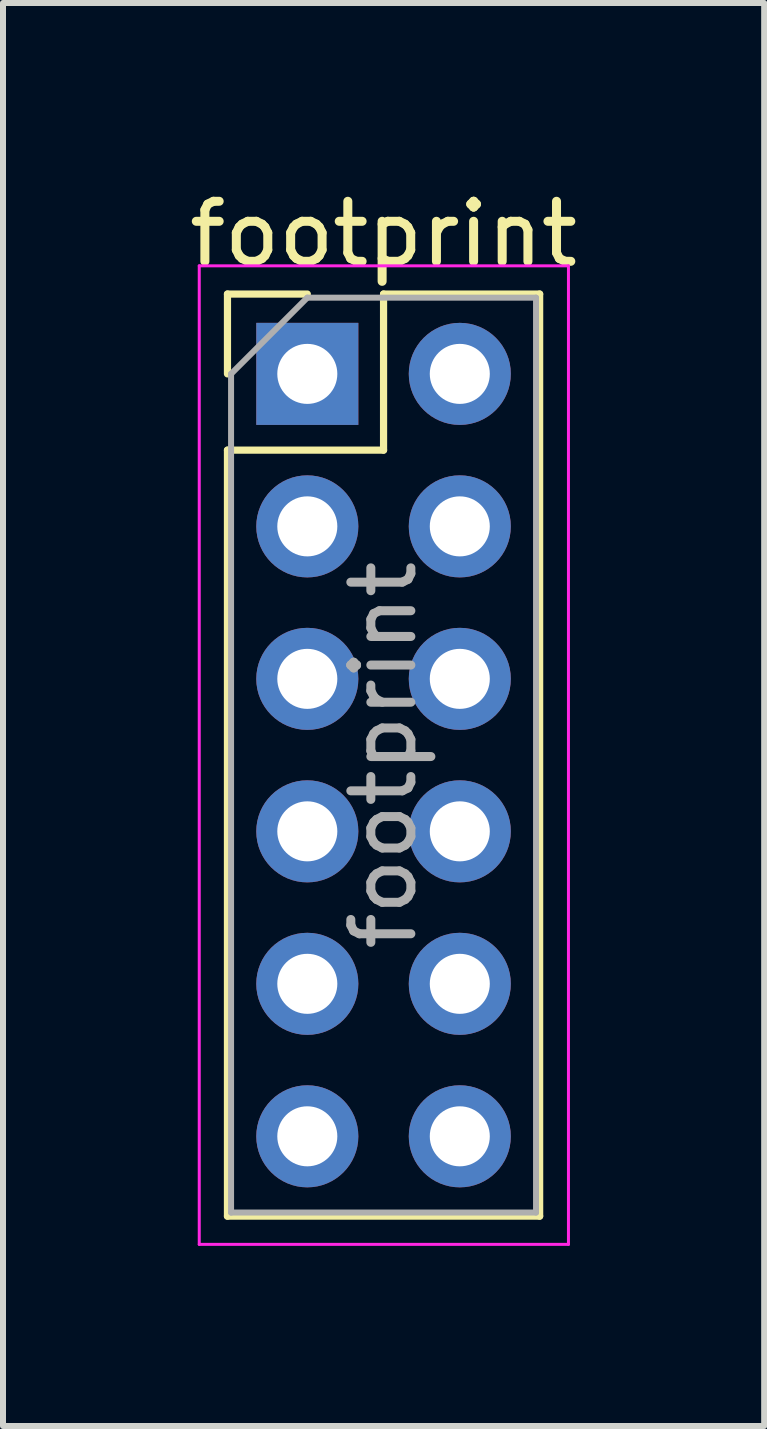
<source format=kicad_pcb>
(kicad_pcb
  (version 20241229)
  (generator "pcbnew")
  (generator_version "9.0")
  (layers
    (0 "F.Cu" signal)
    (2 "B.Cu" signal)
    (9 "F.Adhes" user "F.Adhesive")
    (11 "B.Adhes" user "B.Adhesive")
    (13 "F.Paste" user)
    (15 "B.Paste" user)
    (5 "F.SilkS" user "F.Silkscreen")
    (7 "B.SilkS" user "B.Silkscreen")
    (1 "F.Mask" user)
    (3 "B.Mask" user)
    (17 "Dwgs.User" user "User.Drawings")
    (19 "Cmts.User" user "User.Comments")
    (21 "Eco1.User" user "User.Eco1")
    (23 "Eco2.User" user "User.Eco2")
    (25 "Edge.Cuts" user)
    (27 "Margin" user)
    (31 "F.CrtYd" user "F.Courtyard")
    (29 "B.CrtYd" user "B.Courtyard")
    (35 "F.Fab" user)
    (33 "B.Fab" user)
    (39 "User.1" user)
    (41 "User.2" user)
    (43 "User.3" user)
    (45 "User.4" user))
  (footprint "footprint"
    (layer "F.Cu")
    (at 2.069 3.178)
    (property "Reference" "footprint" (at 1.27 -2.33 0) (layer "F.SilkS") (effects (font (size 1 1) (thickness 0.15))))
    (attr through_hole)
    (fp_line (start -1.33 -1.33) (end 0 -1.33) (stroke (width 0.12) (type solid)) (layer "F.SilkS"))
    (fp_line (start -1.33 0) (end -1.33 -1.33) (stroke (width 0.12) (type solid)) (layer "F.SilkS"))
    (fp_line (start -1.33 1.27) (end -1.33 14.03) (stroke (width 0.12) (type solid)) (layer "F.SilkS"))
    (fp_line (start -1.33 1.27) (end 1.27 1.27) (stroke (width 0.12) (type solid)) (layer "F.SilkS"))
    (fp_line (start -1.33 14.03) (end 3.87 14.03) (stroke (width 0.12) (type solid)) (layer "F.SilkS"))
    (fp_line (start 1.27 -1.33) (end 3.87 -1.33) (stroke (width 0.12) (type solid)) (layer "F.SilkS"))
    (fp_line (start 1.27 1.27) (end 1.27 -1.33) (stroke (width 0.12) (type solid)) (layer "F.SilkS"))
    (fp_line (start 3.87 -1.33) (end 3.87 14.03) (stroke (width 0.12) (type solid)) (layer "F.SilkS"))
    (fp_line (start -1.8 -1.8) (end -1.8 14.5) (stroke (width 0.05) (type solid)) (layer "F.CrtYd"))
    (fp_line (start -1.8 14.5) (end 4.35 14.5) (stroke (width 0.05) (type solid)) (layer "F.CrtYd"))
    (fp_line (start 4.35 -1.8) (end -1.8 -1.8) (stroke (width 0.05) (type solid)) (layer "F.CrtYd"))
    (fp_line (start 4.35 14.5) (end 4.35 -1.8) (stroke (width 0.05) (type solid)) (layer "F.CrtYd"))
    (fp_line (start -1.27 0) (end 0 -1.27) (stroke (width 0.1) (type solid)) (layer "F.Fab"))
    (fp_line (start -1.27 13.97) (end -1.27 0) (stroke (width 0.1) (type solid)) (layer "F.Fab"))
    (fp_line (start 0 -1.27) (end 3.81 -1.27) (stroke (width 0.1) (type solid)) (layer "F.Fab"))
    (fp_line (start 3.81 -1.27) (end 3.81 13.97) (stroke (width 0.1) (type solid)) (layer "F.Fab"))
    (fp_line (start 3.81 13.97) (end -1.27 13.97) (stroke (width 0.1) (type solid)) (layer "F.Fab"))
    (fp_text user "${REFERENCE}" (at 1.27 6.35 90) (layer "F.Fab") (effects (font (size 1 1) (thickness 0.15))))
    (pad "1" thru_hole rect (at 0 0) (size 1.7 1.7) (drill 1) (layers "*.Cu" "*.Mask"))
    (pad "2" thru_hole oval (at 2.54 0) (size 1.7 1.7) (drill 1) (layers "*.Cu" "*.Mask"))
    (pad "3" thru_hole oval (at 0 2.54) (size 1.7 1.7) (drill 1) (layers "*.Cu" "*.Mask"))
    (pad "4" thru_hole oval (at 2.54 2.54) (size 1.7 1.7) (drill 1) (layers "*.Cu" "*.Mask"))
    (pad "5" thru_hole oval (at 0 5.08) (size 1.7 1.7) (drill 1) (layers "*.Cu" "*.Mask"))
    (pad "6" thru_hole oval (at 2.54 5.08) (size 1.7 1.7) (drill 1) (layers "*.Cu" "*.Mask"))
    (pad "7" thru_hole oval (at 0 7.62) (size 1.7 1.7) (drill 1) (layers "*.Cu" "*.Mask"))
    (pad "8" thru_hole oval (at 2.54 7.62) (size 1.7 1.7) (drill 1) (layers "*.Cu" "*.Mask"))
    (pad "9" thru_hole oval (at 0 10.16) (size 1.7 1.7) (drill 1) (layers "*.Cu" "*.Mask"))
    (pad "10" thru_hole oval (at 2.54 10.16) (size 1.7 1.7) (drill 1) (layers "*.Cu" "*.Mask"))
    (pad "11" thru_hole oval (at 0 12.7) (size 1.7 1.7) (drill 1) (layers "*.Cu" "*.Mask"))
    (pad "12" thru_hole oval (at 2.54 12.7) (size 1.7 1.7) (drill 1) (layers "*.Cu" "*.Mask")))
  (gr_rect
    (start -3 -3)
    (end 9.679 20.703)
    (stroke (width 0.1) (type default))
    (fill no)
    (layer "Edge.Cuts")))
</source>
